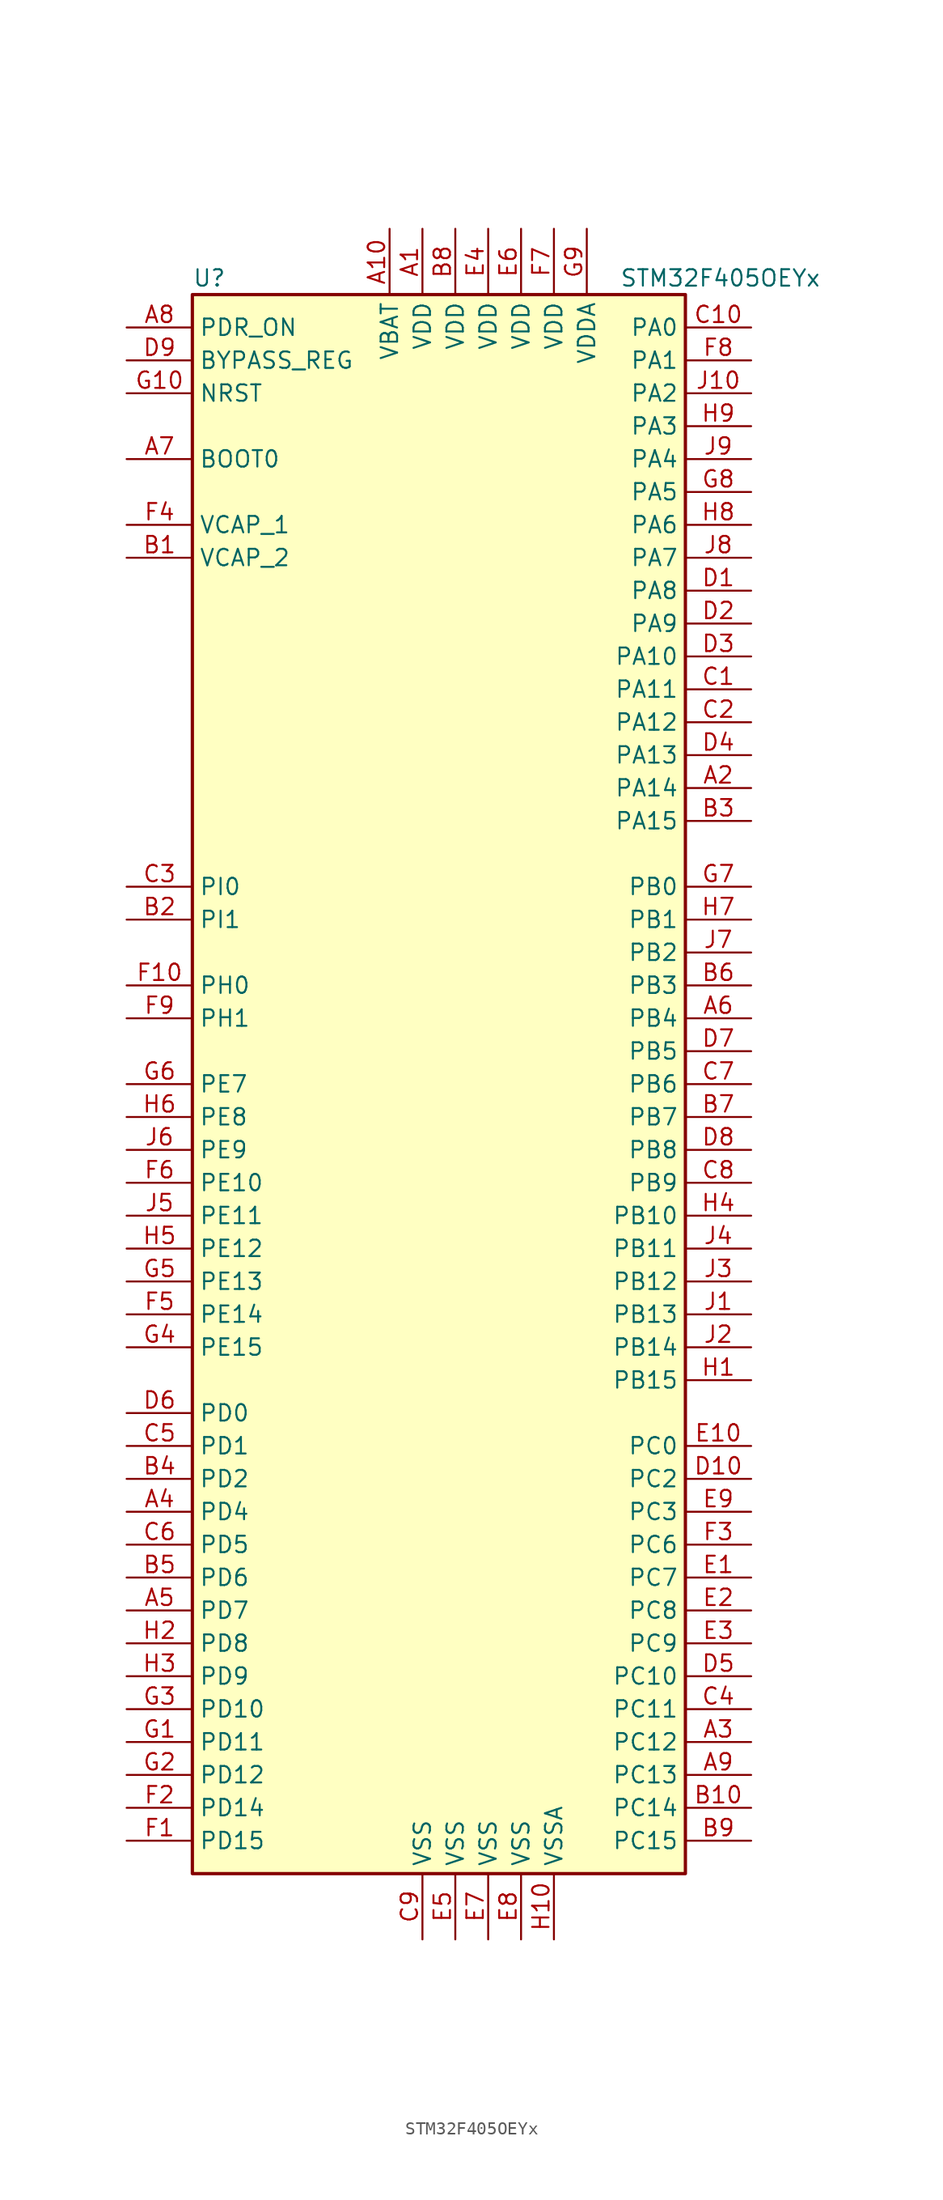
<source format=kicad_sym>
(kicad_symbol_lib
  (version 20211014)
  (generator kicad_symbol_editor)
  (symbol "STM32F405OEYx"
    (property "Reference" "U"
      (at -20.32 62.23 0)
      (effects (font (size 1.27 1.27)) (justify left)))
    (property "Value" "STM32F405OEYx"
      (at 12.7 62.23 0)
      (effects (font (size 1.27 1.27)) (justify left)))
    (symbol "STM32F405OEYx_0_1"
      (rectangle (start -20.32 -60.96) (end 17.78 60.96) (stroke (width 0.254) (type default) (color 0 0 0 0)) (fill (type background))))
    (symbol "STM32F405OEYx_1_1"
      (pin power_in line (at -2.54 66.04 270) (length 5.08) (name "VDD" (effects (font (size 1.27 1.27)))) (number "A1" (effects (font (size 1.27 1.27)))))
      (pin power_in line (at -5.08 66.04 270) (length 5.08) (name "VBAT" (effects (font (size 1.27 1.27)))) (number "A10" (effects (font (size 1.27 1.27)))))
      (pin bidirectional line (at 22.86 22.86 180) (length 5.08) (name "PA14" (effects (font (size 1.27 1.27)))) (number "A2" (effects (font (size 1.27 1.27)))))
      (pin bidirectional line (at 22.86 -50.8 180) (length 5.08) (name "PC12" (effects (font (size 1.27 1.27)))) (number "A3" (effects (font (size 1.27 1.27)))))
      (pin bidirectional line (at -25.4 -33.02 0) (length 5.08) (name "PD4" (effects (font (size 1.27 1.27)))) (number "A4" (effects (font (size 1.27 1.27)))))
      (pin bidirectional line (at -25.4 -40.64 0) (length 5.08) (name "PD7" (effects (font (size 1.27 1.27)))) (number "A5" (effects (font (size 1.27 1.27)))))
      (pin bidirectional line (at 22.86 5.08 180) (length 5.08) (name "PB4" (effects (font (size 1.27 1.27)))) (number "A6" (effects (font (size 1.27 1.27)))))
      (pin input line (at -25.4 48.26 0) (length 5.08) (name "BOOT0" (effects (font (size 1.27 1.27)))) (number "A7" (effects (font (size 1.27 1.27)))))
      (pin input line (at -25.4 58.42 0) (length 5.08) (name "PDR_ON" (effects (font (size 1.27 1.27)))) (number "A8" (effects (font (size 1.27 1.27)))))
      (pin bidirectional line (at 22.86 -53.34 180) (length 5.08) (name "PC13" (effects (font (size 1.27 1.27)))) (number "A9" (effects (font (size 1.27 1.27)))))
      (pin power_in line (at -25.4 40.64 0) (length 5.08) (name "VCAP_2" (effects (font (size 1.27 1.27)))) (number "B1" (effects (font (size 1.27 1.27)))))
      (pin bidirectional line (at 22.86 -55.88 180) (length 5.08) (name "PC14" (effects (font (size 1.27 1.27)))) (number "B10" (effects (font (size 1.27 1.27)))))
      (pin bidirectional line (at -25.4 12.7 0) (length 5.08) (name "PI1" (effects (font (size 1.27 1.27)))) (number "B2" (effects (font (size 1.27 1.27)))))
      (pin bidirectional line (at 22.86 20.32 180) (length 5.08) (name "PA15" (effects (font (size 1.27 1.27)))) (number "B3" (effects (font (size 1.27 1.27)))))
      (pin bidirectional line (at -25.4 -30.48 0) (length 5.08) (name "PD2" (effects (font (size 1.27 1.27)))) (number "B4" (effects (font (size 1.27 1.27)))))
      (pin bidirectional line (at -25.4 -38.1 0) (length 5.08) (name "PD6" (effects (font (size 1.27 1.27)))) (number "B5" (effects (font (size 1.27 1.27)))))
      (pin bidirectional line (at 22.86 7.62 180) (length 5.08) (name "PB3" (effects (font (size 1.27 1.27)))) (number "B6" (effects (font (size 1.27 1.27)))))
      (pin bidirectional line (at 22.86 -2.54 180) (length 5.08) (name "PB7" (effects (font (size 1.27 1.27)))) (number "B7" (effects (font (size 1.27 1.27)))))
      (pin power_in line (at 0 66.04 270) (length 5.08) (name "VDD" (effects (font (size 1.27 1.27)))) (number "B8" (effects (font (size 1.27 1.27)))))
      (pin bidirectional line (at 22.86 -58.42 180) (length 5.08) (name "PC15" (effects (font (size 1.27 1.27)))) (number "B9" (effects (font (size 1.27 1.27)))))
      (pin bidirectional line (at 22.86 30.48 180) (length 5.08) (name "PA11" (effects (font (size 1.27 1.27)))) (number "C1" (effects (font (size 1.27 1.27)))))
      (pin bidirectional line (at 22.86 58.42 180) (length 5.08) (name "PA0" (effects (font (size 1.27 1.27)))) (number "C10" (effects (font (size 1.27 1.27)))))
      (pin bidirectional line (at 22.86 27.94 180) (length 5.08) (name "PA12" (effects (font (size 1.27 1.27)))) (number "C2" (effects (font (size 1.27 1.27)))))
      (pin bidirectional line (at -25.4 15.24 0) (length 5.08) (name "PI0" (effects (font (size 1.27 1.27)))) (number "C3" (effects (font (size 1.27 1.27)))))
      (pin bidirectional line (at 22.86 -48.26 180) (length 5.08) (name "PC11" (effects (font (size 1.27 1.27)))) (number "C4" (effects (font (size 1.27 1.27)))))
      (pin bidirectional line (at -25.4 -27.94 0) (length 5.08) (name "PD1" (effects (font (size 1.27 1.27)))) (number "C5" (effects (font (size 1.27 1.27)))))
      (pin bidirectional line (at -25.4 -35.56 0) (length 5.08) (name "PD5" (effects (font (size 1.27 1.27)))) (number "C6" (effects (font (size 1.27 1.27)))))
      (pin bidirectional line (at 22.86 0 180) (length 5.08) (name "PB6" (effects (font (size 1.27 1.27)))) (number "C7" (effects (font (size 1.27 1.27)))))
      (pin bidirectional line (at 22.86 -7.62 180) (length 5.08) (name "PB9" (effects (font (size 1.27 1.27)))) (number "C8" (effects (font (size 1.27 1.27)))))
      (pin power_in line (at -2.54 -66.04 90) (length 5.08) (name "VSS" (effects (font (size 1.27 1.27)))) (number "C9" (effects (font (size 1.27 1.27)))))
      (pin bidirectional line (at 22.86 38.1 180) (length 5.08) (name "PA8" (effects (font (size 1.27 1.27)))) (number "D1" (effects (font (size 1.27 1.27)))))
      (pin bidirectional line (at 22.86 -30.48 180) (length 5.08) (name "PC2" (effects (font (size 1.27 1.27)))) (number "D10" (effects (font (size 1.27 1.27)))))
      (pin bidirectional line (at 22.86 35.56 180) (length 5.08) (name "PA9" (effects (font (size 1.27 1.27)))) (number "D2" (effects (font (size 1.27 1.27)))))
      (pin bidirectional line (at 22.86 33.02 180) (length 5.08) (name "PA10" (effects (font (size 1.27 1.27)))) (number "D3" (effects (font (size 1.27 1.27)))))
      (pin bidirectional line (at 22.86 25.4 180) (length 5.08) (name "PA13" (effects (font (size 1.27 1.27)))) (number "D4" (effects (font (size 1.27 1.27)))))
      (pin bidirectional line (at 22.86 -45.72 180) (length 5.08) (name "PC10" (effects (font (size 1.27 1.27)))) (number "D5" (effects (font (size 1.27 1.27)))))
      (pin bidirectional line (at -25.4 -25.4 0) (length 5.08) (name "PD0" (effects (font (size 1.27 1.27)))) (number "D6" (effects (font (size 1.27 1.27)))))
      (pin bidirectional line (at 22.86 2.54 180) (length 5.08) (name "PB5" (effects (font (size 1.27 1.27)))) (number "D7" (effects (font (size 1.27 1.27)))))
      (pin bidirectional line (at 22.86 -5.08 180) (length 5.08) (name "PB8" (effects (font (size 1.27 1.27)))) (number "D8" (effects (font (size 1.27 1.27)))))
      (pin input line (at -25.4 55.88 0) (length 5.08) (name "BYPASS_REG" (effects (font (size 1.27 1.27)))) (number "D9" (effects (font (size 1.27 1.27)))))
      (pin bidirectional line (at 22.86 -38.1 180) (length 5.08) (name "PC7" (effects (font (size 1.27 1.27)))) (number "E1" (effects (font (size 1.27 1.27)))))
      (pin bidirectional line (at 22.86 -27.94 180) (length 5.08) (name "PC0" (effects (font (size 1.27 1.27)))) (number "E10" (effects (font (size 1.27 1.27)))))
      (pin bidirectional line (at 22.86 -40.64 180) (length 5.08) (name "PC8" (effects (font (size 1.27 1.27)))) (number "E2" (effects (font (size 1.27 1.27)))))
      (pin bidirectional line (at 22.86 -43.18 180) (length 5.08) (name "PC9" (effects (font (size 1.27 1.27)))) (number "E3" (effects (font (size 1.27 1.27)))))
      (pin power_in line (at 2.54 66.04 270) (length 5.08) (name "VDD" (effects (font (size 1.27 1.27)))) (number "E4" (effects (font (size 1.27 1.27)))))
      (pin power_in line (at 0 -66.04 90) (length 5.08) (name "VSS" (effects (font (size 1.27 1.27)))) (number "E5" (effects (font (size 1.27 1.27)))))
      (pin power_in line (at 5.08 66.04 270) (length 5.08) (name "VDD" (effects (font (size 1.27 1.27)))) (number "E6" (effects (font (size 1.27 1.27)))))
      (pin power_in line (at 2.54 -66.04 90) (length 5.08) (name "VSS" (effects (font (size 1.27 1.27)))) (number "E7" (effects (font (size 1.27 1.27)))))
      (pin power_in line (at 5.08 -66.04 90) (length 5.08) (name "VSS" (effects (font (size 1.27 1.27)))) (number "E8" (effects (font (size 1.27 1.27)))))
      (pin bidirectional line (at 22.86 -33.02 180) (length 5.08) (name "PC3" (effects (font (size 1.27 1.27)))) (number "E9" (effects (font (size 1.27 1.27)))))
      (pin bidirectional line (at -25.4 -58.42 0) (length 5.08) (name "PD15" (effects (font (size 1.27 1.27)))) (number "F1" (effects (font (size 1.27 1.27)))))
      (pin input line (at -25.4 7.62 0) (length 5.08) (name "PH0" (effects (font (size 1.27 1.27)))) (number "F10" (effects (font (size 1.27 1.27)))))
      (pin bidirectional line (at -25.4 -55.88 0) (length 5.08) (name "PD14" (effects (font (size 1.27 1.27)))) (number "F2" (effects (font (size 1.27 1.27)))))
      (pin bidirectional line (at 22.86 -35.56 180) (length 5.08) (name "PC6" (effects (font (size 1.27 1.27)))) (number "F3" (effects (font (size 1.27 1.27)))))
      (pin power_in line (at -25.4 43.18 0) (length 5.08) (name "VCAP_1" (effects (font (size 1.27 1.27)))) (number "F4" (effects (font (size 1.27 1.27)))))
      (pin bidirectional line (at -25.4 -17.78 0) (length 5.08) (name "PE14" (effects (font (size 1.27 1.27)))) (number "F5" (effects (font (size 1.27 1.27)))))
      (pin bidirectional line (at -25.4 -7.62 0) (length 5.08) (name "PE10" (effects (font (size 1.27 1.27)))) (number "F6" (effects (font (size 1.27 1.27)))))
      (pin power_in line (at 7.62 66.04 270) (length 5.08) (name "VDD" (effects (font (size 1.27 1.27)))) (number "F7" (effects (font (size 1.27 1.27)))))
      (pin bidirectional line (at 22.86 55.88 180) (length 5.08) (name "PA1" (effects (font (size 1.27 1.27)))) (number "F8" (effects (font (size 1.27 1.27)))))
      (pin input line (at -25.4 5.08 0) (length 5.08) (name "PH1" (effects (font (size 1.27 1.27)))) (number "F9" (effects (font (size 1.27 1.27)))))
      (pin bidirectional line (at -25.4 -50.8 0) (length 5.08) (name "PD11" (effects (font (size 1.27 1.27)))) (number "G1" (effects (font (size 1.27 1.27)))))
      (pin input line (at -25.4 53.34 0) (length 5.08) (name "NRST" (effects (font (size 1.27 1.27)))) (number "G10" (effects (font (size 1.27 1.27)))))
      (pin bidirectional line (at -25.4 -53.34 0) (length 5.08) (name "PD12" (effects (font (size 1.27 1.27)))) (number "G2" (effects (font (size 1.27 1.27)))))
      (pin bidirectional line (at -25.4 -48.26 0) (length 5.08) (name "PD10" (effects (font (size 1.27 1.27)))) (number "G3" (effects (font (size 1.27 1.27)))))
      (pin bidirectional line (at -25.4 -20.32 0) (length 5.08) (name "PE15" (effects (font (size 1.27 1.27)))) (number "G4" (effects (font (size 1.27 1.27)))))
      (pin bidirectional line (at -25.4 -15.24 0) (length 5.08) (name "PE13" (effects (font (size 1.27 1.27)))) (number "G5" (effects (font (size 1.27 1.27)))))
      (pin bidirectional line (at -25.4 0 0) (length 5.08) (name "PE7" (effects (font (size 1.27 1.27)))) (number "G6" (effects (font (size 1.27 1.27)))))
      (pin bidirectional line (at 22.86 15.24 180) (length 5.08) (name "PB0" (effects (font (size 1.27 1.27)))) (number "G7" (effects (font (size 1.27 1.27)))))
      (pin bidirectional line (at 22.86 45.72 180) (length 5.08) (name "PA5" (effects (font (size 1.27 1.27)))) (number "G8" (effects (font (size 1.27 1.27)))))
      (pin power_in line (at 10.16 66.04 270) (length 5.08) (name "VDDA" (effects (font (size 1.27 1.27)))) (number "G9" (effects (font (size 1.27 1.27)))))
      (pin bidirectional line (at 22.86 -22.86 180) (length 5.08) (name "PB15" (effects (font (size 1.27 1.27)))) (number "H1" (effects (font (size 1.27 1.27)))))
      (pin power_in line (at 7.62 -66.04 90) (length 5.08) (name "VSSA" (effects (font (size 1.27 1.27)))) (number "H10" (effects (font (size 1.27 1.27)))))
      (pin bidirectional line (at -25.4 -43.18 0) (length 5.08) (name "PD8" (effects (font (size 1.27 1.27)))) (number "H2" (effects (font (size 1.27 1.27)))))
      (pin bidirectional line (at -25.4 -45.72 0) (length 5.08) (name "PD9" (effects (font (size 1.27 1.27)))) (number "H3" (effects (font (size 1.27 1.27)))))
      (pin bidirectional line (at 22.86 -10.16 180) (length 5.08) (name "PB10" (effects (font (size 1.27 1.27)))) (number "H4" (effects (font (size 1.27 1.27)))))
      (pin bidirectional line (at -25.4 -12.7 0) (length 5.08) (name "PE12" (effects (font (size 1.27 1.27)))) (number "H5" (effects (font (size 1.27 1.27)))))
      (pin bidirectional line (at -25.4 -2.54 0) (length 5.08) (name "PE8" (effects (font (size 1.27 1.27)))) (number "H6" (effects (font (size 1.27 1.27)))))
      (pin bidirectional line (at 22.86 12.7 180) (length 5.08) (name "PB1" (effects (font (size 1.27 1.27)))) (number "H7" (effects (font (size 1.27 1.27)))))
      (pin bidirectional line (at 22.86 43.18 180) (length 5.08) (name "PA6" (effects (font (size 1.27 1.27)))) (number "H8" (effects (font (size 1.27 1.27)))))
      (pin bidirectional line (at 22.86 50.8 180) (length 5.08) (name "PA3" (effects (font (size 1.27 1.27)))) (number "H9" (effects (font (size 1.27 1.27)))))
      (pin bidirectional line (at 22.86 -17.78 180) (length 5.08) (name "PB13" (effects (font (size 1.27 1.27)))) (number "J1" (effects (font (size 1.27 1.27)))))
      (pin bidirectional line (at 22.86 53.34 180) (length 5.08) (name "PA2" (effects (font (size 1.27 1.27)))) (number "J10" (effects (font (size 1.27 1.27)))))
      (pin bidirectional line (at 22.86 -20.32 180) (length 5.08) (name "PB14" (effects (font (size 1.27 1.27)))) (number "J2" (effects (font (size 1.27 1.27)))))
      (pin bidirectional line (at 22.86 -15.24 180) (length 5.08) (name "PB12" (effects (font (size 1.27 1.27)))) (number "J3" (effects (font (size 1.27 1.27)))))
      (pin bidirectional line (at 22.86 -12.7 180) (length 5.08) (name "PB11" (effects (font (size 1.27 1.27)))) (number "J4" (effects (font (size 1.27 1.27)))))
      (pin bidirectional line (at -25.4 -10.16 0) (length 5.08) (name "PE11" (effects (font (size 1.27 1.27)))) (number "J5" (effects (font (size 1.27 1.27)))))
      (pin bidirectional line (at -25.4 -5.08 0) (length 5.08) (name "PE9" (effects (font (size 1.27 1.27)))) (number "J6" (effects (font (size 1.27 1.27)))))
      (pin bidirectional line (at 22.86 10.16 180) (length 5.08) (name "PB2" (effects (font (size 1.27 1.27)))) (number "J7" (effects (font (size 1.27 1.27)))))
      (pin bidirectional line (at 22.86 40.64 180) (length 5.08) (name "PA7" (effects (font (size 1.27 1.27)))) (number "J8" (effects (font (size 1.27 1.27)))))
      (pin bidirectional line (at 22.86 48.26 180) (length 5.08) (name "PA4" (effects (font (size 1.27 1.27)))) (number "J9" (effects (font (size 1.27 1.27))))))))
</source>
